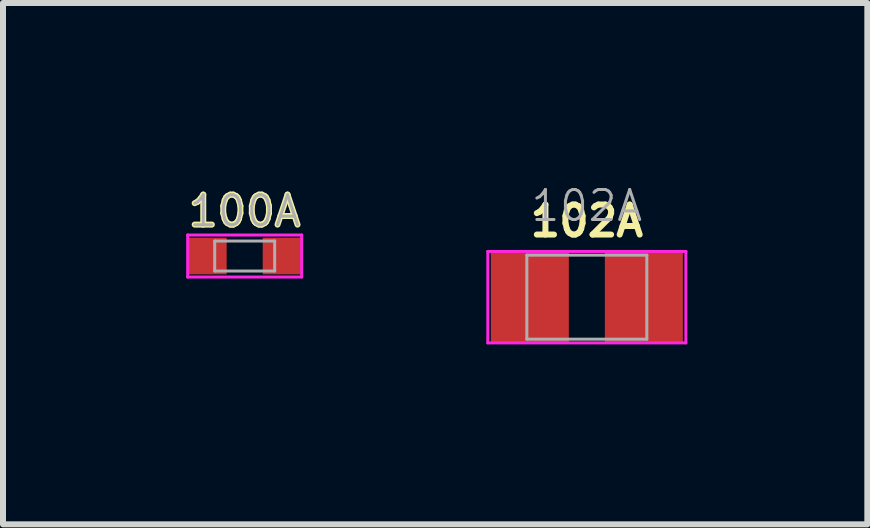
<source format=kicad_pcb>
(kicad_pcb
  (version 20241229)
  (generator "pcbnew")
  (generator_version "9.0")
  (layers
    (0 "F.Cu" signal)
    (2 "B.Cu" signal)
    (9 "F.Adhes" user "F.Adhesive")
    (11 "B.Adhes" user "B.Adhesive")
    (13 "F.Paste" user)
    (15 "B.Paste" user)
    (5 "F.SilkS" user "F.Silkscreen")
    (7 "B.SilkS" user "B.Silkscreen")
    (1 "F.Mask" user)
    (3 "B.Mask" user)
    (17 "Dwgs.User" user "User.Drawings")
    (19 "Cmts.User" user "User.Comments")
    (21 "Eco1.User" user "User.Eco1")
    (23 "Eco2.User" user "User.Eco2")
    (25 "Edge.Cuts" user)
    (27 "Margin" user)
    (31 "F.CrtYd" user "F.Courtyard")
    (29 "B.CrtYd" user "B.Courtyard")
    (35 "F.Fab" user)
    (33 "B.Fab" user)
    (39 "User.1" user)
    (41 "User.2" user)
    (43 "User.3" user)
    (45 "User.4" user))
  (footprint "102A"
    (layer "F.Cu")
    (at 6.733 1.904)
    (property "Reference" "102A" (at 0 -1.27 0) (layer "F.SilkS") (effects (font (size 0.5 0.5) (thickness 0.1))))
    (attr smd)
    (fp_line (start -1.651 -0.762) (end -1.651 0.762) (stroke (width 0.05) (type solid)) (layer "F.CrtYd"))
    (fp_line (start -1.651 -0.762) (end 1.651 -0.762) (stroke (width 0.05) (type solid)) (layer "F.CrtYd"))
    (fp_line (start -1.651 0.762) (end 1.651 0.762) (stroke (width 0.05) (type solid)) (layer "F.CrtYd"))
    (fp_line (start 1.651 -0.762) (end 1.651 0.762) (stroke (width 0.05) (type solid)) (layer "F.CrtYd"))
    (fp_line (start -1 -0.7) (end 1 -0.7) (stroke (width 0.05) (type solid)) (layer "F.Fab"))
    (fp_line (start -1 0.7) (end -1 -0.7) (stroke (width 0.05) (type solid)) (layer "F.Fab"))
    (fp_line (start 1 -0.7) (end 1 0.7) (stroke (width 0.05) (type solid)) (layer "F.Fab"))
    (fp_line (start 1 0.7) (end -1 0.7) (stroke (width 0.05) (type solid)) (layer "F.Fab"))
    (fp_text user "${REFERENCE}" (at 0 -1.524 0) (layer "F.Fab") (effects (font (size 0.5 0.5) (thickness 0.05))))
    (pad "1" smd rect (at -0.95 0) (size 1.3 1.5) (layers "F.Cu" "F.Mask" "F.Paste"))
    (pad "2" smd rect (at 0.95 0) (size 1.3 1.5) (layers "F.Cu" "F.Mask" "F.Paste")))
  (footprint "100A"
    (layer "F.Cu")
    (at 1.029 1.218)
    (property "Reference" "100A" (at 0 -0.75 0) (layer "F.SilkS") (effects (font (size 0.5 0.5) (thickness 0.1))))
    (attr smd)
    (fp_line (start -0.95 -0.35) (end -0.95 0.35) (stroke (width 0.05) (type solid)) (layer "F.CrtYd"))
    (fp_line (start -0.95 -0.35) (end 0.95 -0.35) (stroke (width 0.05) (type solid)) (layer "F.CrtYd"))
    (fp_line (start -0.95 0.35) (end 0.95 0.35) (stroke (width 0.05) (type solid)) (layer "F.CrtYd"))
    (fp_line (start 0.95 -0.35) (end 0.95 0.35) (stroke (width 0.05) (type solid)) (layer "F.CrtYd"))
    (fp_line (start -0.5 -0.25) (end 0.5 -0.25) (stroke (width 0.05) (type solid)) (layer "F.Fab"))
    (fp_line (start -0.5 0.25) (end -0.5 -0.25) (stroke (width 0.05) (type solid)) (layer "F.Fab"))
    (fp_line (start 0.5 -0.25) (end 0.5 0.25) (stroke (width 0.05) (type solid)) (layer "F.Fab"))
    (fp_line (start 0.5 0.25) (end -0.5 0.25) (stroke (width 0.05) (type solid)) (layer "F.Fab"))
    (fp_text user "${REFERENCE}" (at 0 -0.75 0) (layer "F.Fab") (effects (font (size 0.5 0.5) (thickness 0.05))))
    (pad "1" smd rect (at -0.618 0) (size 0.635 0.61) (layers "F.Cu" "F.Mask" "F.Paste"))
    (pad "2" smd rect (at 0.618 0) (size 0.635 0.61) (layers "F.Cu" "F.Mask" "F.Paste")))
  (gr_rect
    (start -3 -3)
    (end 11.409 5.691)
    (stroke (width 0.1) (type default))
    (fill no)
    (layer "Edge.Cuts")))
</source>
